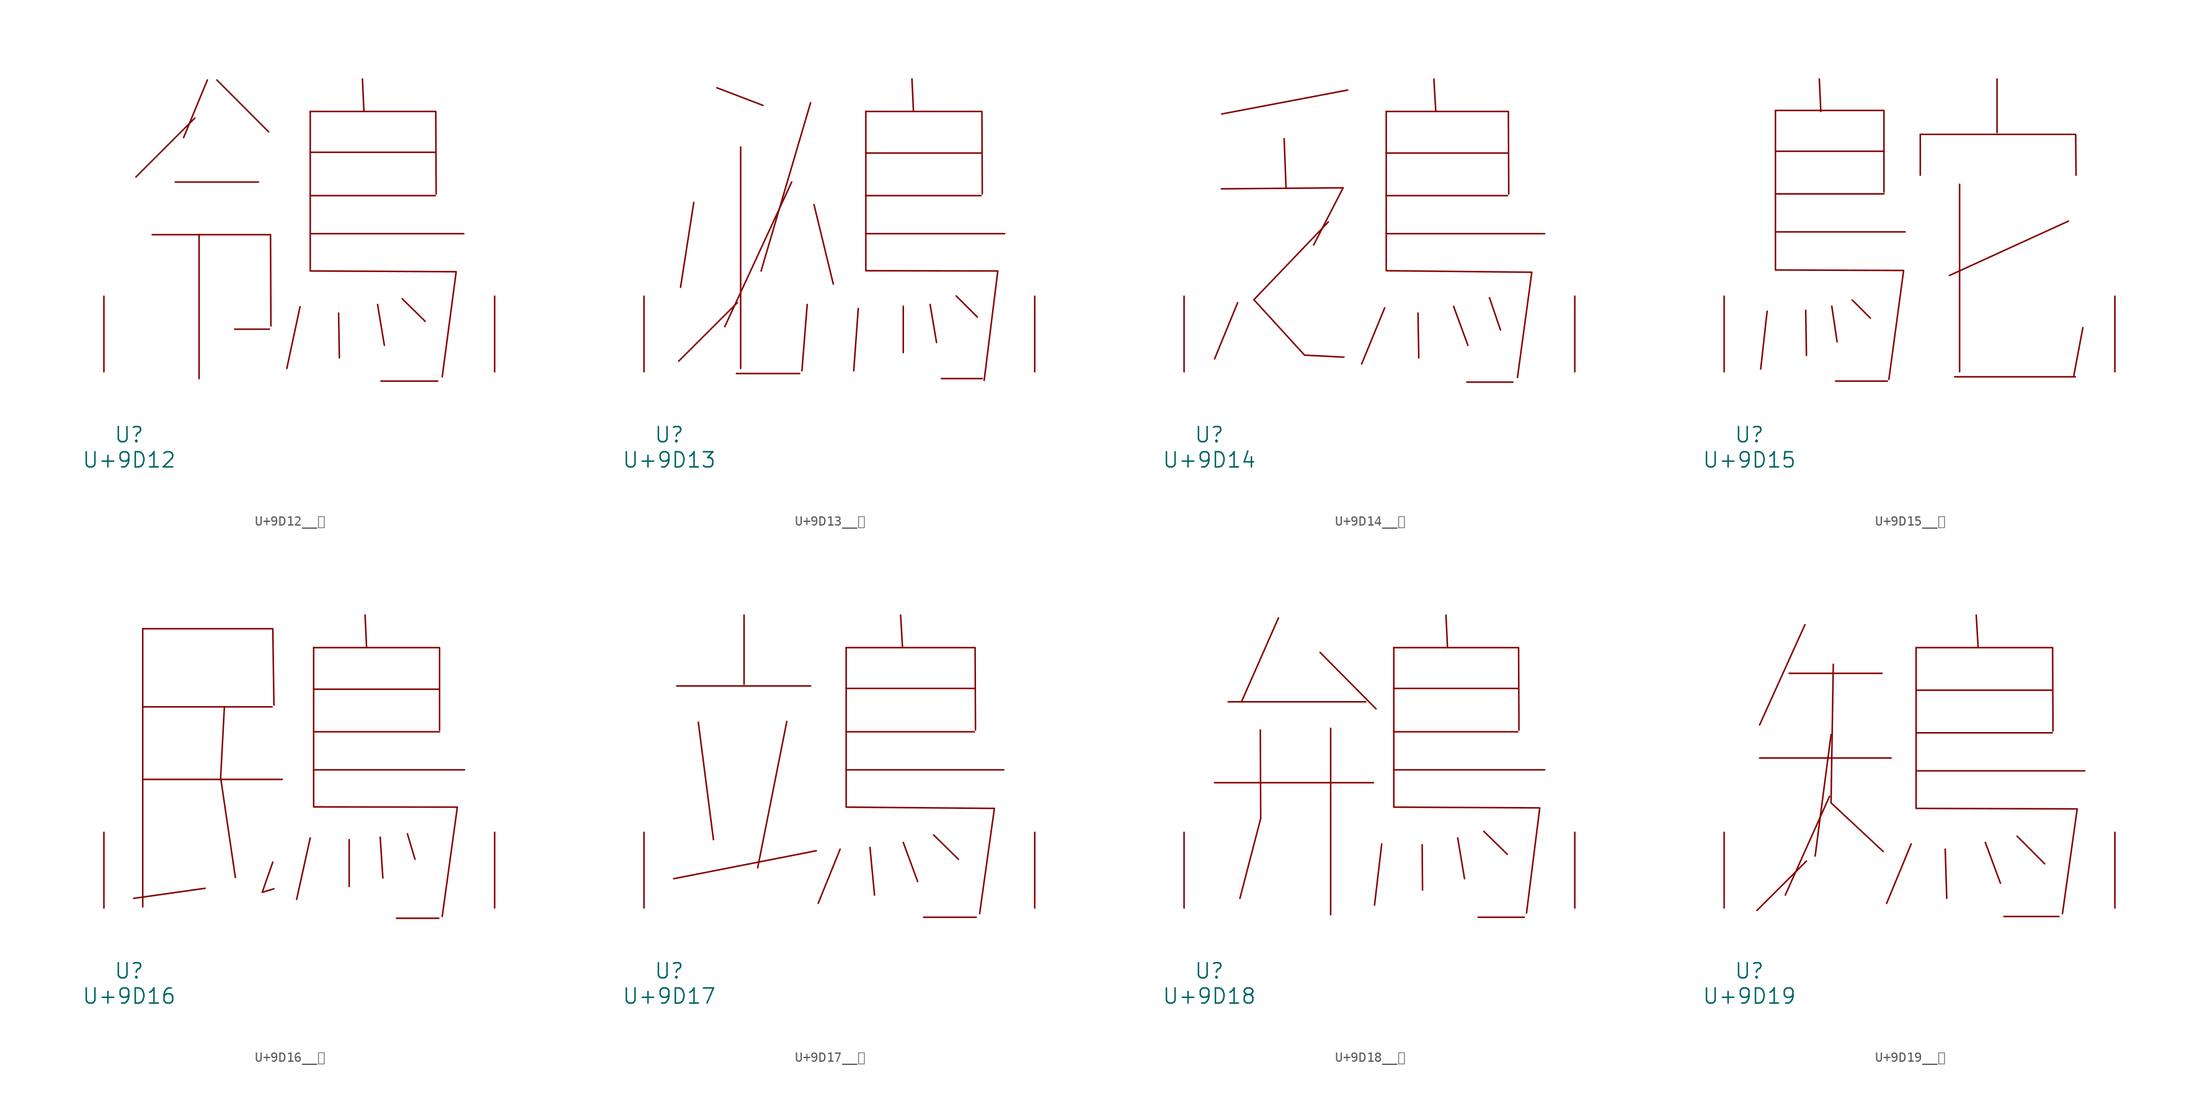
<source format=kicad_sym>
(kicad_symbol_lib
  (version 20231120)
  (generator "kicad_symbol_editor")
  (generator_version "8.0")
  (symbol "U+9D12__鴒"
    (pin_names
      (offset 1.016))
    (property "Reference" "U"
      (at 0 -6.35 0)
      (effects (font (size 1.524 1.524))))
    (property "Value" "U+9D12"
      (at 0 -8.89 0)
      (effects (font (size 1.524 1.524))))
    (symbol "U+9D12__鴒_0_1"
      (polyline (pts (xy 4.648 19.126) (xy 13.03 19.126)) (stroke (width 0) (type solid)) (fill (type none)))
      (polyline (pts (xy 6.629 25.578) (xy 0.686 19.634)) (stroke (width 0) (type solid)) (fill (type none)))
      (polyline (pts (xy 7.048 13.818) (xy 7.048 -0.686)) (stroke (width 0) (type solid)) (fill (type none)))
      (polyline (pts (xy 7.887 29.413) (xy 5.486 23.597)) (stroke (width 0) (type solid)) (fill (type none)))
      (polyline (pts (xy 8.839 29.413) (xy 14.059 24.181)) (stroke (width 0) (type solid)) (fill (type none)))
      (polyline (pts (xy 10.63 4.293) (xy 14.135 4.293)) (stroke (width 0) (type solid)) (fill (type none)))
      (polyline (pts (xy 17.221 6.553) (xy 15.888 0.33)) (stroke (width 0) (type solid)) (fill (type none)))
      (polyline (pts (xy 18.25 13.919) (xy 33.718 13.919)) (stroke (width 0) (type solid)) (fill (type none)))
      (polyline (pts (xy 18.25 17.755) (xy 30.861 17.755)) (stroke (width 0) (type solid)) (fill (type none)))
      (polyline (pts (xy 18.25 22.123) (xy 30.861 22.123)) (stroke (width 0) (type solid)) (fill (type none)))
      (polyline (pts (xy 21.107 5.918) (xy 21.184 1.397)) (stroke (width 0) (type solid)) (fill (type none)))
      (polyline (pts (xy 23.508 29.515) (xy 23.66 26.238)) (stroke (width 0) (type solid)) (fill (type none)))
      (polyline (pts (xy 25.032 6.782) (xy 25.718 2.667)) (stroke (width 0) (type solid)) (fill (type none)))
      (polyline (pts (xy 25.375 -0.94) (xy 31.09 -0.94)) (stroke (width 0) (type solid)) (fill (type none)))
      (polyline (pts (xy 27.508 7.366) (xy 29.832 5.08)) (stroke (width 0) (type solid)) (fill (type none)))
      (polyline (pts (xy 2.324 13.818) (xy 14.249 13.818) (xy 14.287 4.623)) (stroke (width 0) (type solid)) (fill (type none)))
      (polyline (pts (xy 18.25 26.238) (xy 30.899 26.238) (xy 30.937 17.932)) (stroke (width 0) (type solid)) (fill (type none)))
      (polyline (pts (xy 18.25 26.238) (xy 18.25 10.16) (xy 32.956 10.084) (xy 31.547 -0.508)) (stroke (width 0) (type solid)) (fill (type none)))
      (pin input line (at -2.54 0 90) (length 7.62) (name "~" (effects (font (size 1.27 1.27)))) (number "~" (effects (font (size 1.27 1.27)))))
      (pin input line (at 36.83 0 90) (length 7.62) (name "~" (effects (font (size 1.27 1.27)))) (number "~" (effects (font (size 1.27 1.27)))))))
  (symbol "U+9D13__鴓"
    (pin_names
      (offset 1.016))
    (property "Reference" "U"
      (at 0 -6.35 0)
      (effects (font (size 1.524 1.524))))
    (property "Value" "U+9D13"
      (at 0 -8.89 0)
      (effects (font (size 1.524 1.524))))
    (symbol "U+9D13__鴓_0_1"
      (polyline (pts (xy 2.477 17.069) (xy 1.143 8.509)) (stroke (width 0) (type solid)) (fill (type none)))
      (polyline (pts (xy 4.801 28.626) (xy 9.449 26.848)) (stroke (width 0) (type solid)) (fill (type none)))
      (polyline (pts (xy 6.782 -0.178) (xy 13.145 -0.178)) (stroke (width 0) (type solid)) (fill (type none)))
      (polyline (pts (xy 6.858 6.96) (xy 0.953 1.067)) (stroke (width 0) (type solid)) (fill (type none)))
      (polyline (pts (xy 7.201 22.657) (xy 7.201 0.33)) (stroke (width 0) (type solid)) (fill (type none)))
      (polyline (pts (xy 12.344 19.126) (xy 5.601 4.547)) (stroke (width 0) (type solid)) (fill (type none)))
      (polyline (pts (xy 13.906 6.782) (xy 13.373 0.102)) (stroke (width 0) (type solid)) (fill (type none)))
      (polyline (pts (xy 14.249 27.127) (xy 9.258 10.16)) (stroke (width 0) (type solid)) (fill (type none)))
      (polyline (pts (xy 14.592 16.84) (xy 16.535 8.839)) (stroke (width 0) (type solid)) (fill (type none)))
      (polyline (pts (xy 19.05 6.375) (xy 18.593 0.102)) (stroke (width 0) (type solid)) (fill (type none)))
      (polyline (pts (xy 19.812 13.919) (xy 33.795 13.919)) (stroke (width 0) (type solid)) (fill (type none)))
      (polyline (pts (xy 19.812 17.755) (xy 31.433 17.755)) (stroke (width 0) (type solid)) (fill (type none)))
      (polyline (pts (xy 19.812 22.047) (xy 31.433 22.047)) (stroke (width 0) (type solid)) (fill (type none)))
      (polyline (pts (xy 23.584 6.604) (xy 23.584 1.93)) (stroke (width 0) (type solid)) (fill (type none)))
      (polyline (pts (xy 24.46 29.515) (xy 24.613 26.238)) (stroke (width 0) (type solid)) (fill (type none)))
      (polyline (pts (xy 26.289 6.782) (xy 26.937 2.946)) (stroke (width 0) (type solid)) (fill (type none)))
      (polyline (pts (xy 28.918 7.645) (xy 31.052 5.512)) (stroke (width 0) (type solid)) (fill (type none)))
      (polyline (pts (xy 31.547 -0.686) (xy 27.432 -0.686)) (stroke (width 0) (type solid)) (fill (type none)))
      (polyline (pts (xy 19.812 26.238) (xy 31.509 26.238) (xy 31.547 17.932)) (stroke (width 0) (type solid)) (fill (type none)))
      (polyline (pts (xy 19.812 26.238) (xy 19.812 10.185) (xy 33.109 10.16) (xy 31.737 -0.864)) (stroke (width 0) (type solid)) (fill (type none)))
      (pin input line (at -2.54 0 90) (length 7.62) (name "~" (effects (font (size 1.27 1.27)))) (number "~" (effects (font (size 1.27 1.27)))))
      (pin input line (at 36.83 0 90) (length 7.62) (name "~" (effects (font (size 1.27 1.27)))) (number "~" (effects (font (size 1.27 1.27)))))))
  (symbol "U+9D14__鴔"
    (pin_names
      (offset 1.016))
    (property "Reference" "U"
      (at 0 -6.35 0)
      (effects (font (size 1.524 1.524))))
    (property "Value" "U+9D14"
      (at 0 -8.89 0)
      (effects (font (size 1.524 1.524))))
    (symbol "U+9D14__鴔_0_1"
      (polyline (pts (xy 2.857 6.96) (xy 0.533 1.295)) (stroke (width 0) (type solid)) (fill (type none)))
      (polyline (pts (xy 7.544 23.495) (xy 7.734 18.542)) (stroke (width 0) (type solid)) (fill (type none)))
      (polyline (pts (xy 13.945 28.397) (xy 1.257 25.984)) (stroke (width 0) (type solid)) (fill (type none)))
      (polyline (pts (xy 17.678 6.452) (xy 15.354 0.787)) (stroke (width 0) (type solid)) (fill (type none)))
      (polyline (pts (xy 17.831 13.919) (xy 33.795 13.919)) (stroke (width 0) (type solid)) (fill (type none)))
      (polyline (pts (xy 17.831 17.755) (xy 30.061 17.755)) (stroke (width 0) (type solid)) (fill (type none)))
      (polyline (pts (xy 17.831 22.047) (xy 30.061 22.047)) (stroke (width 0) (type solid)) (fill (type none)))
      (polyline (pts (xy 21.031 5.918) (xy 21.107 1.397)) (stroke (width 0) (type solid)) (fill (type none)))
      (polyline (pts (xy 22.631 29.515) (xy 22.822 26.238)) (stroke (width 0) (type solid)) (fill (type none)))
      (polyline (pts (xy 24.613 6.604) (xy 26.06 2.667)) (stroke (width 0) (type solid)) (fill (type none)))
      (polyline (pts (xy 25.946 -1.041) (xy 30.594 -1.041)) (stroke (width 0) (type solid)) (fill (type none)))
      (polyline (pts (xy 28.232 7.468) (xy 29.337 4.216)) (stroke (width 0) (type solid)) (fill (type none)))
      (polyline (pts (xy 1.219 18.44) (xy 13.487 18.542) (xy 10.516 12.776)) (stroke (width 0) (type solid)) (fill (type none)))
      (polyline (pts (xy 17.831 26.238) (xy 30.137 26.238) (xy 30.175 17.932)) (stroke (width 0) (type solid)) (fill (type none)))
      (polyline (pts (xy 12.002 15.113) (xy 4.496 7.264) (xy 9.601 1.676) (xy 13.564 1.473)) (stroke (width 0) (type solid)) (fill (type none)))
      (polyline (pts (xy 17.831 26.238) (xy 17.831 10.185) (xy 32.499 10.033) (xy 31.052 -0.584)) (stroke (width 0) (type solid)) (fill (type none)))
      (pin input line (at -2.54 0 90) (length 7.62) (name "~" (effects (font (size 1.27 1.27)))) (number "~" (effects (font (size 1.27 1.27)))))
      (pin input line (at 36.83 0 90) (length 7.62) (name "~" (effects (font (size 1.27 1.27)))) (number "~" (effects (font (size 1.27 1.27)))))))
  (symbol "U+9D15__鴕"
    (pin_names
      (offset 1.016))
    (property "Reference" "U"
      (at 0 -6.35 0)
      (effects (font (size 1.524 1.524))))
    (property "Value" "U+9D15"
      (at 0 -8.89 0)
      (effects (font (size 1.524 1.524))))
    (symbol "U+9D15__鴕_0_1"
      (polyline (pts (xy 1.791 6.096) (xy 1.143 0.279)) (stroke (width 0) (type solid)) (fill (type none)))
      (polyline (pts (xy 2.629 14.097) (xy 15.697 14.097)) (stroke (width 0) (type solid)) (fill (type none)))
      (polyline (pts (xy 2.629 17.932) (xy 13.564 17.932)) (stroke (width 0) (type solid)) (fill (type none)))
      (polyline (pts (xy 2.629 22.225) (xy 13.564 22.225)) (stroke (width 0) (type solid)) (fill (type none)))
      (polyline (pts (xy 5.677 6.198) (xy 5.753 1.651)) (stroke (width 0) (type solid)) (fill (type none)))
      (polyline (pts (xy 7.048 29.515) (xy 7.201 26.238)) (stroke (width 0) (type solid)) (fill (type none)))
      (polyline (pts (xy 8.306 6.604) (xy 8.839 3.023)) (stroke (width 0) (type solid)) (fill (type none)))
      (polyline (pts (xy 8.687 -0.94) (xy 13.906 -0.94)) (stroke (width 0) (type solid)) (fill (type none)))
      (polyline (pts (xy 10.363 7.239) (xy 12.192 5.41)) (stroke (width 0) (type solid)) (fill (type none)))
      (polyline (pts (xy 17.221 23.927) (xy 17.221 19.812)) (stroke (width 0) (type solid)) (fill (type none)))
      (polyline (pts (xy 20.688 -0.508) (xy 32.842 -0.508)) (stroke (width 0) (type solid)) (fill (type none)))
      (polyline (pts (xy 21.184 18.898) (xy 21.184 0)) (stroke (width 0) (type solid)) (fill (type none)))
      (polyline (pts (xy 24.956 29.515) (xy 24.956 24.105)) (stroke (width 0) (type solid)) (fill (type none)))
      (polyline (pts (xy 32.156 15.189) (xy 20.155 9.703)) (stroke (width 0) (type solid)) (fill (type none)))
      (polyline (pts (xy 33.604 4.445) (xy 32.69 -0.406)) (stroke (width 0) (type solid)) (fill (type none)))
      (polyline (pts (xy 2.629 26.34) (xy 13.564 26.34) (xy 13.564 18.11)) (stroke (width 0) (type solid)) (fill (type none)))
      (polyline (pts (xy 17.221 23.927) (xy 32.88 23.927) (xy 32.918 19.812)) (stroke (width 0) (type solid)) (fill (type none)))
      (polyline (pts (xy 2.629 26.34) (xy 2.629 10.262) (xy 15.545 10.211) (xy 14.059 -0.762)) (stroke (width 0) (type solid)) (fill (type none)))
      (pin input line (at -2.54 0 90) (length 7.62) (name "~" (effects (font (size 1.27 1.27)))) (number "~" (effects (font (size 1.27 1.27)))))
      (pin input line (at 36.83 0 90) (length 7.62) (name "~" (effects (font (size 1.27 1.27)))) (number "~" (effects (font (size 1.27 1.27)))))))
  (symbol "U+9D16__鴖"
    (pin_names
      (offset 1.016))
    (property "Reference" "U"
      (at 0 -6.35 0)
      (effects (font (size 1.524 1.524))))
    (property "Value" "U+9D16"
      (at 0 -8.89 0)
      (effects (font (size 1.524 1.524))))
    (symbol "U+9D16__鴖_0_1"
      (polyline (pts (xy 1.372 12.954) (xy 15.431 12.954)) (stroke (width 0) (type solid)) (fill (type none)))
      (polyline (pts (xy 1.372 20.269) (xy 14.402 20.269)) (stroke (width 0) (type solid)) (fill (type none)))
      (polyline (pts (xy 1.372 28.143) (xy 1.372 0.102)) (stroke (width 0) (type solid)) (fill (type none)))
      (polyline (pts (xy 7.658 1.981) (xy 0.457 0.965)) (stroke (width 0) (type solid)) (fill (type none)))
      (polyline (pts (xy 18.25 7.061) (xy 16.878 0.864)) (stroke (width 0) (type solid)) (fill (type none)))
      (polyline (pts (xy 18.593 13.919) (xy 33.795 13.919)) (stroke (width 0) (type solid)) (fill (type none)))
      (polyline (pts (xy 18.593 17.755) (xy 31.28 17.755)) (stroke (width 0) (type solid)) (fill (type none)))
      (polyline (pts (xy 18.593 22.047) (xy 31.28 22.047)) (stroke (width 0) (type solid)) (fill (type none)))
      (polyline (pts (xy 22.174 6.883) (xy 22.174 2.159)) (stroke (width 0) (type solid)) (fill (type none)))
      (polyline (pts (xy 23.774 29.515) (xy 23.927 26.238)) (stroke (width 0) (type solid)) (fill (type none)))
      (polyline (pts (xy 25.298 7.137) (xy 25.565 3.023)) (stroke (width 0) (type solid)) (fill (type none)))
      (polyline (pts (xy 26.937 -1.041) (xy 31.204 -1.041)) (stroke (width 0) (type solid)) (fill (type none)))
      (polyline (pts (xy 28.042 7.468) (xy 28.804 4.902)) (stroke (width 0) (type solid)) (fill (type none)))
      (polyline (pts (xy 1.372 28.143) (xy 14.478 28.143) (xy 14.592 20.447)) (stroke (width 0) (type solid)) (fill (type none)))
      (polyline (pts (xy 9.601 20.269) (xy 9.22 13.132) (xy 10.706 3.073)) (stroke (width 0) (type solid)) (fill (type none)))
      (polyline (pts (xy 14.478 4.623) (xy 13.411 1.575) (xy 14.592 1.93)) (stroke (width 0) (type solid)) (fill (type none)))
      (polyline (pts (xy 18.593 26.238) (xy 31.28 26.238) (xy 31.28 17.932)) (stroke (width 0) (type solid)) (fill (type none)))
      (polyline (pts (xy 18.593 26.238) (xy 18.593 10.185) (xy 33.071 10.16) (xy 31.547 -0.864)) (stroke (width 0) (type solid)) (fill (type none)))
      (pin input line (at -2.54 0 90) (length 7.62) (name "~" (effects (font (size 1.27 1.27)))) (number "~" (effects (font (size 1.27 1.27)))))
      (pin input line (at 36.83 0 90) (length 7.62) (name "~" (effects (font (size 1.27 1.27)))) (number "~" (effects (font (size 1.27 1.27)))))))
  (symbol "U+9D17__鴗"
    (pin_names
      (offset 1.016))
    (property "Reference" "U"
      (at 0 -6.35 0)
      (effects (font (size 1.524 1.524))))
    (property "Value" "U+9D17"
      (at 0 -8.89 0)
      (effects (font (size 1.524 1.524))))
    (symbol "U+9D17__鴗_0_1"
      (polyline (pts (xy 0.762 22.377) (xy 14.249 22.377)) (stroke (width 0) (type solid)) (fill (type none)))
      (polyline (pts (xy 2.934 18.72) (xy 4.458 6.883)) (stroke (width 0) (type solid)) (fill (type none)))
      (polyline (pts (xy 7.544 29.515) (xy 7.544 22.555)) (stroke (width 0) (type solid)) (fill (type none)))
      (polyline (pts (xy 11.849 18.796) (xy 8.915 4.039)) (stroke (width 0) (type solid)) (fill (type none)))
      (polyline (pts (xy 14.821 5.766) (xy 0.457 2.946)) (stroke (width 0) (type solid)) (fill (type none)))
      (polyline (pts (xy 17.221 5.918) (xy 15.011 0.457)) (stroke (width 0) (type solid)) (fill (type none)))
      (polyline (pts (xy 17.831 13.919) (xy 33.718 13.919)) (stroke (width 0) (type solid)) (fill (type none)))
      (polyline (pts (xy 17.831 17.755) (xy 30.747 17.755)) (stroke (width 0) (type solid)) (fill (type none)))
      (polyline (pts (xy 17.831 22.123) (xy 30.747 22.123)) (stroke (width 0) (type solid)) (fill (type none)))
      (polyline (pts (xy 20.231 6.096) (xy 20.688 1.295)) (stroke (width 0) (type solid)) (fill (type none)))
      (polyline (pts (xy 23.317 29.515) (xy 23.508 26.238)) (stroke (width 0) (type solid)) (fill (type none)))
      (polyline (pts (xy 23.584 6.604) (xy 25.032 2.667)) (stroke (width 0) (type solid)) (fill (type none)))
      (polyline (pts (xy 25.641 -0.94) (xy 30.937 -0.94)) (stroke (width 0) (type solid)) (fill (type none)))
      (polyline (pts (xy 26.632 7.366) (xy 29.146 4.902)) (stroke (width 0) (type solid)) (fill (type none)))
      (polyline (pts (xy 17.831 26.238) (xy 30.823 26.238) (xy 30.861 17.932)) (stroke (width 0) (type solid)) (fill (type none)))
      (polyline (pts (xy 17.831 26.238) (xy 17.831 10.16) (xy 32.766 10.033) (xy 31.28 -0.584)) (stroke (width 0) (type solid)) (fill (type none)))
      (pin input line (at -2.54 0 90) (length 7.62) (name "~" (effects (font (size 1.27 1.27)))) (number "~" (effects (font (size 1.27 1.27)))))
      (pin input line (at 36.83 0 90) (length 7.62) (name "~" (effects (font (size 1.27 1.27)))) (number "~" (effects (font (size 1.27 1.27)))))))
  (symbol "U+9D18__鴘"
    (pin_names
      (offset 1.016))
    (property "Reference" "U"
      (at 0 -6.35 0)
      (effects (font (size 1.524 1.524))))
    (property "Value" "U+9D18"
      (at 0 -8.89 0)
      (effects (font (size 1.524 1.524))))
    (symbol "U+9D18__鴘_0_1"
      (polyline (pts (xy 0.533 12.624) (xy 16.535 12.624)) (stroke (width 0) (type solid)) (fill (type none)))
      (polyline (pts (xy 1.905 20.777) (xy 15.773 20.777)) (stroke (width 0) (type solid)) (fill (type none)))
      (polyline (pts (xy 6.972 29.235) (xy 3.277 20.853)) (stroke (width 0) (type solid)) (fill (type none)))
      (polyline (pts (xy 11.163 25.756) (xy 16.802 20.066)) (stroke (width 0) (type solid)) (fill (type none)))
      (polyline (pts (xy 12.23 18.11) (xy 12.23 -0.686)) (stroke (width 0) (type solid)) (fill (type none)))
      (polyline (pts (xy 17.374 6.452) (xy 16.65 0.279)) (stroke (width 0) (type solid)) (fill (type none)))
      (polyline (pts (xy 18.593 13.919) (xy 33.795 13.919)) (stroke (width 0) (type solid)) (fill (type none)))
      (polyline (pts (xy 18.593 17.755) (xy 31.09 17.755)) (stroke (width 0) (type solid)) (fill (type none)))
      (polyline (pts (xy 18.593 22.123) (xy 31.09 22.123)) (stroke (width 0) (type solid)) (fill (type none)))
      (polyline (pts (xy 21.45 6.375) (xy 21.488 1.803)) (stroke (width 0) (type solid)) (fill (type none)))
      (polyline (pts (xy 23.851 29.515) (xy 24.003 26.238)) (stroke (width 0) (type solid)) (fill (type none)))
      (polyline (pts (xy 25.032 7.061) (xy 25.718 2.946)) (stroke (width 0) (type solid)) (fill (type none)))
      (polyline (pts (xy 27.089 -0.94) (xy 31.737 -0.94)) (stroke (width 0) (type solid)) (fill (type none)))
      (polyline (pts (xy 27.661 7.722) (xy 30.023 5.41)) (stroke (width 0) (type solid)) (fill (type none)))
      (polyline (pts (xy 5.144 17.932) (xy 5.182 9.017) (xy 3.086 0.965)) (stroke (width 0) (type solid)) (fill (type none)))
      (polyline (pts (xy 18.593 26.238) (xy 31.166 26.238) (xy 31.204 17.932)) (stroke (width 0) (type solid)) (fill (type none)))
      (polyline (pts (xy 18.593 26.238) (xy 18.593 10.16) (xy 33.299 10.084) (xy 31.966 -0.508)) (stroke (width 0) (type solid)) (fill (type none)))
      (pin input line (at -2.54 0 90) (length 7.62) (name "~" (effects (font (size 1.27 1.27)))) (number "~" (effects (font (size 1.27 1.27)))))
      (pin input line (at 36.83 0 90) (length 7.62) (name "~" (effects (font (size 1.27 1.27)))) (number "~" (effects (font (size 1.27 1.27)))))))
  (symbol "U+9D19__鴙"
    (pin_names
      (offset 1.016))
    (property "Reference" "U"
      (at 0 -6.35 0)
      (effects (font (size 1.524 1.524))))
    (property "Value" "U+9D19"
      (at 0 -8.89 0)
      (effects (font (size 1.524 1.524))))
    (symbol "U+9D19__鴙_0_1"
      (polyline (pts (xy 1.029 15.113) (xy 14.287 15.113)) (stroke (width 0) (type solid)) (fill (type none)))
      (polyline (pts (xy 4 23.647) (xy 13.373 23.647)) (stroke (width 0) (type solid)) (fill (type none)))
      (polyline (pts (xy 5.601 28.55) (xy 1.029 18.44)) (stroke (width 0) (type solid)) (fill (type none)))
      (polyline (pts (xy 5.753 4.724) (xy 0.762 -0.254)) (stroke (width 0) (type solid)) (fill (type none)))
      (polyline (pts (xy 8.077 11.252) (xy 3.619 1.295)) (stroke (width 0) (type solid)) (fill (type none)))
      (polyline (pts (xy 8.23 17.475) (xy 6.629 5.232)) (stroke (width 0) (type solid)) (fill (type none)))
      (polyline (pts (xy 16.307 6.452) (xy 13.83 0.457)) (stroke (width 0) (type solid)) (fill (type none)))
      (polyline (pts (xy 16.802 13.818) (xy 33.795 13.818)) (stroke (width 0) (type solid)) (fill (type none)))
      (polyline (pts (xy 16.802 17.653) (xy 30.518 17.653)) (stroke (width 0) (type solid)) (fill (type none)))
      (polyline (pts (xy 16.802 21.946) (xy 30.518 21.946)) (stroke (width 0) (type solid)) (fill (type none)))
      (polyline (pts (xy 19.736 5.918) (xy 19.888 0.965)) (stroke (width 0) (type solid)) (fill (type none)))
      (polyline (pts (xy 22.86 29.515) (xy 23.05 26.238)) (stroke (width 0) (type solid)) (fill (type none)))
      (polyline (pts (xy 23.774 6.604) (xy 25.298 2.489)) (stroke (width 0) (type solid)) (fill (type none)))
      (polyline (pts (xy 25.641 -0.864) (xy 31.204 -0.864)) (stroke (width 0) (type solid)) (fill (type none)))
      (polyline (pts (xy 26.975 7.239) (xy 29.756 4.445)) (stroke (width 0) (type solid)) (fill (type none)))
      (polyline (pts (xy 8.458 24.562) (xy 8.23 10.592) (xy 13.487 5.69)) (stroke (width 0) (type solid)) (fill (type none)))
      (polyline (pts (xy 16.802 26.238) (xy 30.556 26.238) (xy 30.594 17.831)) (stroke (width 0) (type solid)) (fill (type none)))
      (polyline (pts (xy 16.802 26.238) (xy 16.802 10.033) (xy 33.033 9.982) (xy 31.547 -0.584)) (stroke (width 0) (type solid)) (fill (type none)))
      (pin input line (at -2.54 0 90) (length 7.62) (name "~" (effects (font (size 1.27 1.27)))) (number "~" (effects (font (size 1.27 1.27)))))
      (pin input line (at 36.83 0 90) (length 7.62) (name "~" (effects (font (size 1.27 1.27)))) (number "~" (effects (font (size 1.27 1.27))))))))
</source>
